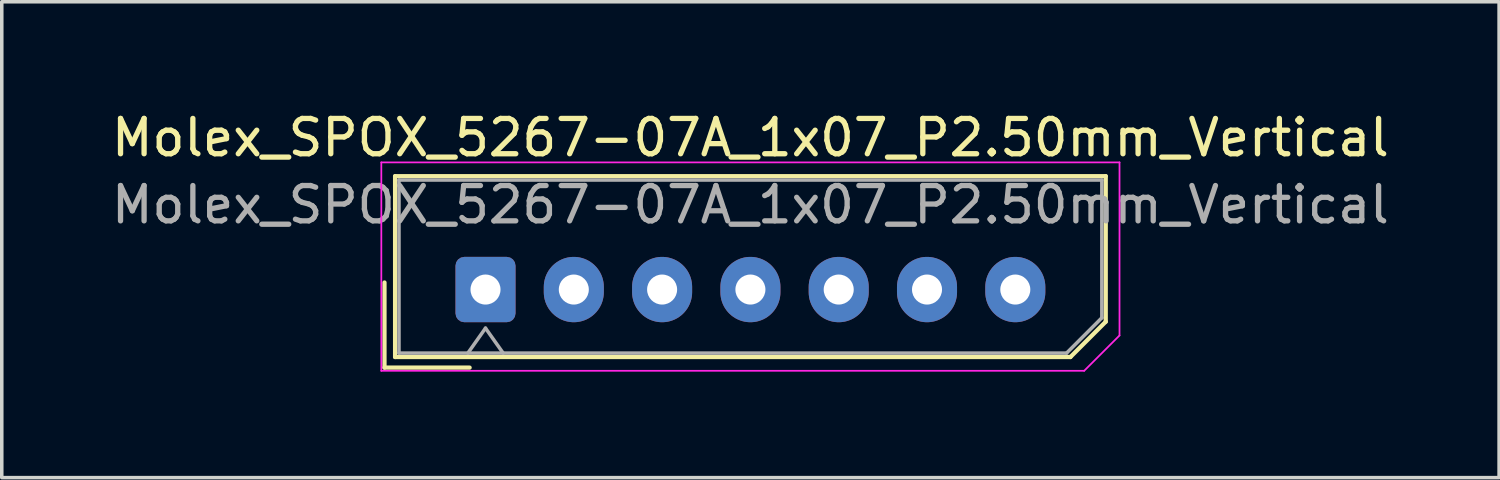
<source format=kicad_pcb>
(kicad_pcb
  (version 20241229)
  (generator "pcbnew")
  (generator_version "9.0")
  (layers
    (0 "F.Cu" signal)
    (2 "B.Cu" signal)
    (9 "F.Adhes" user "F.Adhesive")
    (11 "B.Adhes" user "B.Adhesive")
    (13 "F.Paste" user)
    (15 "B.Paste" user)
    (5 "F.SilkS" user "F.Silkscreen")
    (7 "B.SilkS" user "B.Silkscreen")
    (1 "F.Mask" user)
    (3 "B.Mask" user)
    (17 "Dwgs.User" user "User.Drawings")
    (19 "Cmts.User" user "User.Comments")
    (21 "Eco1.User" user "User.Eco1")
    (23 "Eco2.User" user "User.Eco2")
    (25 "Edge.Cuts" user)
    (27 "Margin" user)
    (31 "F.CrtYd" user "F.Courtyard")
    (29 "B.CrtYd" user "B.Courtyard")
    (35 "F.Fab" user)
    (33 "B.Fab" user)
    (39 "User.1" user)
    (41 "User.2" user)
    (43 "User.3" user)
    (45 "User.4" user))
  (footprint "Molex_SPOX_5267-07A_1x07_P2.50mm_Vertical"
    (layer "F.Cu")
    (at 10.696 5.148)
    (property "Reference" "Molex_SPOX_5267-07A_1x07_P2.50mm_Vertical" (at 7.5 -4.3 0) (layer "F.SilkS") (effects (font (size 1 1) (thickness 0.15))))
    (attr through_hole)
    (fp_line (start -2.86 -0.2) (end -2.86 2.21) (stroke (width 0.12) (type solid)) (layer "F.SilkS"))
    (fp_line (start -2.86 2.21) (end -0.45 2.21) (stroke (width 0.12) (type solid)) (layer "F.SilkS"))
    (fp_line (start -2.56 -3.21) (end -2.56 1.91) (stroke (width 0.12) (type solid)) (layer "F.SilkS"))
    (fp_line (start -2.56 1.91) (end 16.56 1.91) (stroke (width 0.12) (type solid)) (layer "F.SilkS"))
    (fp_line (start 16.56 1.91) (end 17.56 0.91) (stroke (width 0.12) (type solid)) (layer "F.SilkS"))
    (fp_line (start 17.56 -3.21) (end -2.56 -3.21) (stroke (width 0.12) (type solid)) (layer "F.SilkS"))
    (fp_line (start 17.56 0.91) (end 17.56 -3.21) (stroke (width 0.12) (type solid)) (layer "F.SilkS"))
    (fp_line (start -2.95 -3.6) (end -2.95 2.3) (stroke (width 0.05) (type solid)) (layer "F.CrtYd"))
    (fp_line (start -2.95 2.3) (end 16.95 2.3) (stroke (width 0.05) (type solid)) (layer "F.CrtYd"))
    (fp_line (start 16.95 2.3) (end 17.95 1.3) (stroke (width 0.05) (type solid)) (layer "F.CrtYd"))
    (fp_line (start 17.95 -3.6) (end -2.95 -3.6) (stroke (width 0.05) (type solid)) (layer "F.CrtYd"))
    (fp_line (start 17.95 1.3) (end 17.95 -3.6) (stroke (width 0.05) (type solid)) (layer "F.CrtYd"))
    (fp_line (start -2.45 -3.1) (end -2.45 1.8) (stroke (width 0.1) (type solid)) (layer "F.Fab"))
    (fp_line (start -2.45 1.8) (end 16.45 1.8) (stroke (width 0.1) (type solid)) (layer "F.Fab"))
    (fp_line (start -0.5 1.8) (end 0 1.093) (stroke (width 0.1) (type solid)) (layer "F.Fab"))
    (fp_line (start 0 1.093) (end 0.5 1.8) (stroke (width 0.1) (type solid)) (layer "F.Fab"))
    (fp_line (start 16.45 1.8) (end 17.45 0.8) (stroke (width 0.1) (type solid)) (layer "F.Fab"))
    (fp_line (start 17.45 -3.1) (end -2.45 -3.1) (stroke (width 0.1) (type solid)) (layer "F.Fab"))
    (fp_line (start 17.45 0.8) (end 17.45 -3.1) (stroke (width 0.1) (type solid)) (layer "F.Fab"))
    (fp_text user "${REFERENCE}" (at 7.5 -2.4 0) (layer "F.Fab") (effects (font (size 1 1) (thickness 0.15))))
    (pad "1" thru_hole roundrect (at 0 0) (size 1.7 1.85) (drill 0.85) (layers "*.Cu" "*.Mask") (roundrect_rratio 0.147))
    (pad "2" thru_hole oval (at 2.5 0) (size 1.7 1.85) (drill 0.85) (layers "*.Cu" "*.Mask"))
    (pad "3" thru_hole oval (at 5 0) (size 1.7 1.85) (drill 0.85) (layers "*.Cu" "*.Mask"))
    (pad "4" thru_hole oval (at 7.5 0) (size 1.7 1.85) (drill 0.85) (layers "*.Cu" "*.Mask"))
    (pad "5" thru_hole oval (at 10 0) (size 1.7 1.85) (drill 0.85) (layers "*.Cu" "*.Mask"))
    (pad "6" thru_hole oval (at 12.5 0) (size 1.7 1.85) (drill 0.85) (layers "*.Cu" "*.Mask"))
    (pad "7" thru_hole oval (at 15 0) (size 1.7 1.85) (drill 0.85) (layers "*.Cu" "*.Mask")))
  (gr_rect
    (start -3 -3)
    (end 39.393 10.473)
    (stroke (width 0.1) (type default))
    (fill no)
    (layer "Edge.Cuts")))
</source>
